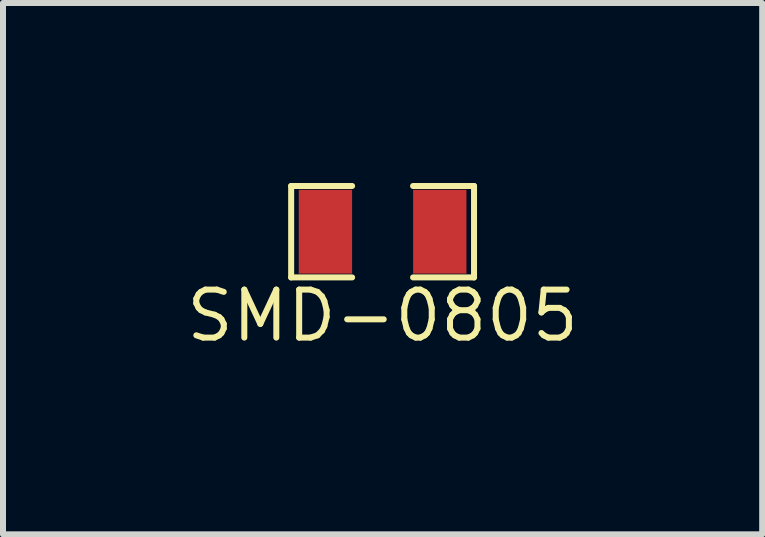
<source format=kicad_pcb>
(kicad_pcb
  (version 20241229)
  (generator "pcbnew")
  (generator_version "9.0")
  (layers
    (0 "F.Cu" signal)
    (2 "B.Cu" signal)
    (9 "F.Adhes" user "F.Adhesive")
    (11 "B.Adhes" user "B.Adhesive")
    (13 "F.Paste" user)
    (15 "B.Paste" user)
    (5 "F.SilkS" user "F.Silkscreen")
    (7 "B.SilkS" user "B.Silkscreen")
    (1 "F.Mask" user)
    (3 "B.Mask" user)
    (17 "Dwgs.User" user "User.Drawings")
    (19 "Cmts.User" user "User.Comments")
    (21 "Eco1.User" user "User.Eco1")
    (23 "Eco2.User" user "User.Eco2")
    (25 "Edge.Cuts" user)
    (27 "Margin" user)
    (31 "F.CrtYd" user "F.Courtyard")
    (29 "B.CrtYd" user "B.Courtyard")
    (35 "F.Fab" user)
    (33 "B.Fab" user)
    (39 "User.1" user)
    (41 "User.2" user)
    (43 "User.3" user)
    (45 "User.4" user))
  (footprint "SMD-0805"
    (layer "F.Cu")
    (at 3.327 0.812)
    (property "Reference" "SMD-0805" (at 0 1.4 0) (layer "F.SilkS") (effects (font (size 0.8 0.8) (thickness 0.1))))
    (attr smd)
    (fp_line (start -1.524 -0.762) (end -0.508 -0.762) (stroke (width 0.1) (type solid)) (layer "F.SilkS"))
    (fp_line (start -1.524 0.762) (end -1.524 -0.762) (stroke (width 0.1) (type solid)) (layer "F.SilkS"))
    (fp_line (start -0.508 0.762) (end -1.524 0.762) (stroke (width 0.1) (type solid)) (layer "F.SilkS"))
    (fp_line (start 0.508 -0.762) (end 1.524 -0.762) (stroke (width 0.1) (type solid)) (layer "F.SilkS"))
    (fp_line (start 1.524 -0.762) (end 1.524 0.762) (stroke (width 0.1) (type solid)) (layer "F.SilkS"))
    (fp_line (start 1.524 0.762) (end 0.508 0.762) (stroke (width 0.1) (type solid)) (layer "F.SilkS"))
    (pad "1" smd rect (at -0.953 0) (size 0.889 1.397) (layers "F.Cu" "F.Mask" "F.Paste"))
    (pad "2" smd rect (at 0.953 0) (size 0.889 1.397) (layers "F.Cu" "F.Mask" "F.Paste")))
  (gr_rect
    (start -3 -3)
    (end 9.654 5.856)
    (stroke (width 0.1) (type default))
    (fill no)
    (layer "Edge.Cuts")))
</source>
